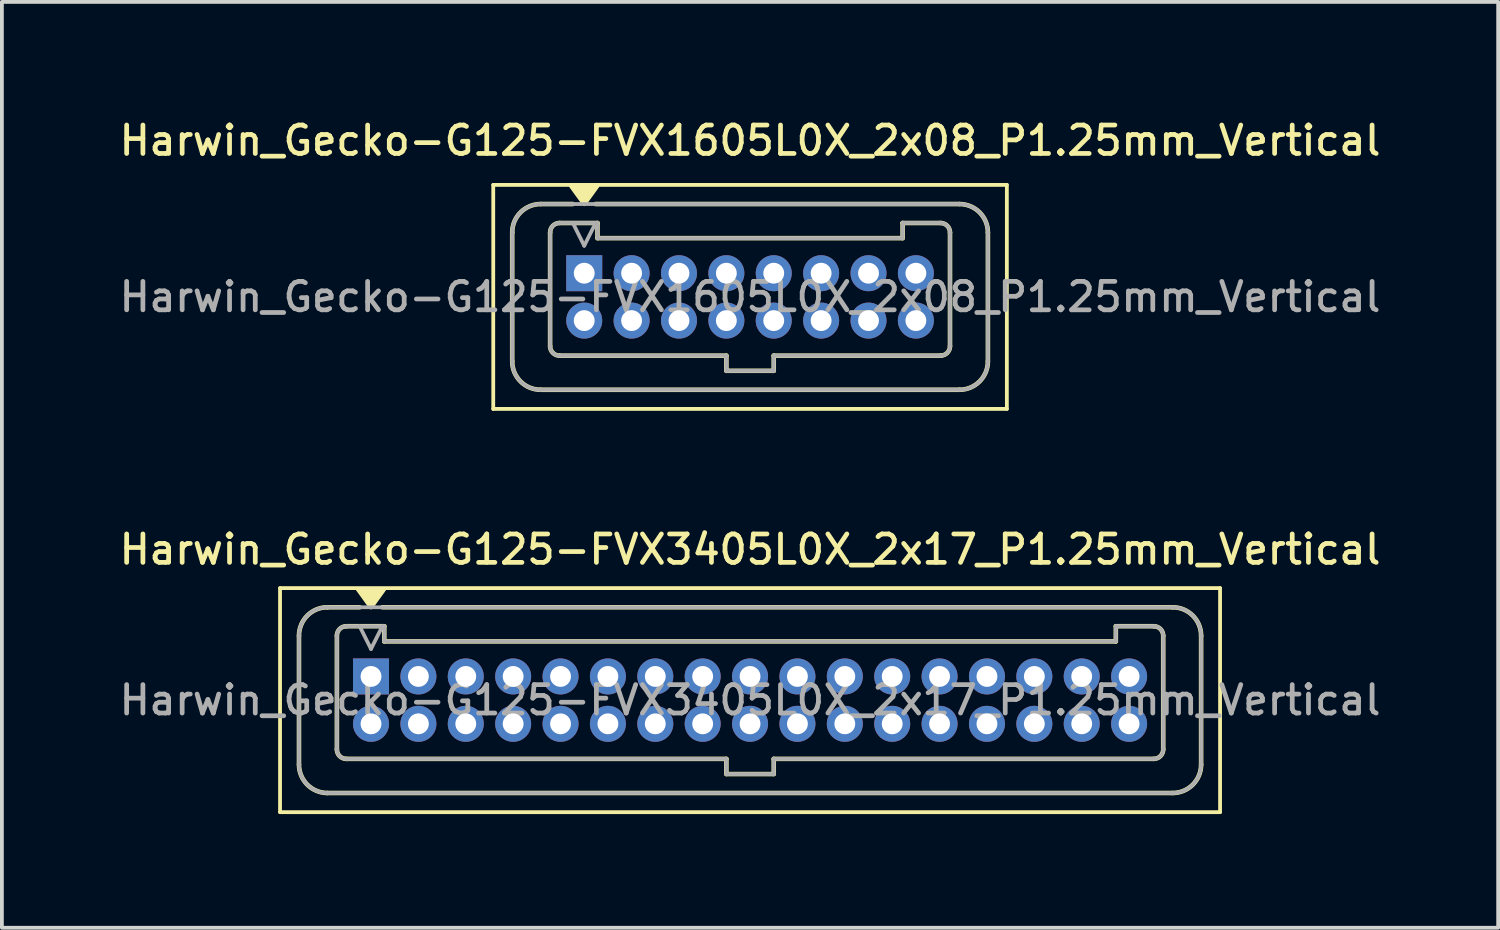
<source format=kicad_pcb>
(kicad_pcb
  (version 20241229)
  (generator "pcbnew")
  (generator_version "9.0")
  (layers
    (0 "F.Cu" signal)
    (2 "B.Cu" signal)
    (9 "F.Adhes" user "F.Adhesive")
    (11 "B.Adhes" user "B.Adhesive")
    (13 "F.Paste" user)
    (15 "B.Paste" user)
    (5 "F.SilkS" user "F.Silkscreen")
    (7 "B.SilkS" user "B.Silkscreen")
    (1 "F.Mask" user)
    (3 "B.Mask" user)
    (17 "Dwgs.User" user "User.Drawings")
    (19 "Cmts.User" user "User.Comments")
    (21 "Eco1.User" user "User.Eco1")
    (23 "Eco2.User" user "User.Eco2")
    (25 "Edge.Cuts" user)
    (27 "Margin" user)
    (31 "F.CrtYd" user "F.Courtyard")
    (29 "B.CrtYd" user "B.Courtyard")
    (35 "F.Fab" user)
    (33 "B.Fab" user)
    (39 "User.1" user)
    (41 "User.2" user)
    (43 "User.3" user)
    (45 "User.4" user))
  (footprint "Harwin_Gecko-G125-FVX1605L0X_2x08_P1.25mm_Vertical"
    (layer "F.Cu")
    (at 12.363 4.158)
    (property "Reference" "Harwin_Gecko-G125-FVX1605L0X_2x08_P1.25mm_Vertical" (at 4.375 -3.5 0) (layer "F.SilkS") (effects (font (size 0.75 0.75) (thickness 0.125))))
    (attr through_hole)
    (fp_line (start -2.4 -2.33) (end -2.4 3.58) (stroke (width 0.1) (type solid)) (layer "F.SilkS"))
    (fp_line (start -2.4 3.58) (end 11.15 3.58) (stroke (width 0.1) (type solid)) (layer "F.SilkS"))
    (fp_line (start -1.9 -1.075) (end -1.9 2.325) (stroke (width 0.12) (type solid)) (layer "F.SilkS"))
    (fp_line (start -1.15 -1.825) (end -0.3 -1.825) (stroke (width 0.12) (type solid)) (layer "F.SilkS"))
    (fp_line (start -1.15 3.075) (end 9.9 3.075) (stroke (width 0.12) (type solid)) (layer "F.SilkS"))
    (fp_line (start -0.9 -1.075) (end -0.9 1.925) (stroke (width 0.12) (type solid)) (layer "F.SilkS"))
    (fp_line (start -0.65 -1.325) (end 0.35 -1.325) (stroke (width 0.12) (type solid)) (layer "F.SilkS"))
    (fp_line (start -0.65 2.175) (end 3.75 2.175) (stroke (width 0.12) (type solid)) (layer "F.SilkS"))
    (fp_line (start 0.3 -1.825) (end 9.9 -1.825) (stroke (width 0.12) (type solid)) (layer "F.SilkS"))
    (fp_line (start 0.35 -1.325) (end 0.35 -0.925) (stroke (width 0.12) (type solid)) (layer "F.SilkS"))
    (fp_line (start 0.35 -0.925) (end 8.4 -0.925) (stroke (width 0.12) (type solid)) (layer "F.SilkS"))
    (fp_line (start 3.75 2.175) (end 3.75 2.575) (stroke (width 0.12) (type solid)) (layer "F.SilkS"))
    (fp_line (start 3.75 2.575) (end 5 2.575) (stroke (width 0.12) (type solid)) (layer "F.SilkS"))
    (fp_line (start 5 2.175) (end 9.4 2.175) (stroke (width 0.12) (type solid)) (layer "F.SilkS"))
    (fp_line (start 5 2.575) (end 5 2.175) (stroke (width 0.12) (type solid)) (layer "F.SilkS"))
    (fp_line (start 8.4 -1.325) (end 9.4 -1.325) (stroke (width 0.12) (type solid)) (layer "F.SilkS"))
    (fp_line (start 8.4 -0.925) (end 8.4 -1.325) (stroke (width 0.12) (type solid)) (layer "F.SilkS"))
    (fp_line (start 9.65 -1.075) (end 9.65 1.925) (stroke (width 0.12) (type solid)) (layer "F.SilkS"))
    (fp_line (start 10.65 -1.075) (end 10.65 2.325) (stroke (width 0.12) (type solid)) (layer "F.SilkS"))
    (fp_line (start 11.15 -2.33) (end -2.4 -2.33) (stroke (width 0.1) (type solid)) (layer "F.SilkS"))
    (fp_line (start 11.15 3.58) (end 11.15 -2.33) (stroke (width 0.1) (type solid)) (layer "F.SilkS"))
    (fp_arc (start -1.9 -1.075) (mid -1.68033 -1.60533) (end -1.15 -1.825) (stroke (width 0.12) (type solid)) (layer "F.SilkS"))
    (fp_arc (start -1.15 3.075) (mid -1.68033 2.85533) (end -1.9 2.325) (stroke (width 0.12) (type solid)) (layer "F.SilkS"))
    (fp_arc (start -0.9 -1.075) (mid -0.826777 -1.251777) (end -0.65 -1.325) (stroke (width 0.12) (type solid)) (layer "F.SilkS"))
    (fp_arc (start -0.65 2.175) (mid -0.826777 2.101777) (end -0.9 1.925) (stroke (width 0.12) (type solid)) (layer "F.SilkS"))
    (fp_arc (start 9.4 -1.325) (mid 9.576777 -1.251777) (end 9.65 -1.075) (stroke (width 0.12) (type solid)) (layer "F.SilkS"))
    (fp_arc (start 9.65 1.925) (mid 9.576777 2.101777) (end 9.4 2.175) (stroke (width 0.12) (type solid)) (layer "F.SilkS"))
    (fp_arc (start 9.9 -1.825) (mid 10.43033 -1.60533) (end 10.65 -1.075) (stroke (width 0.12) (type solid)) (layer "F.SilkS"))
    (fp_arc (start 10.65 2.325) (mid 10.43033 2.85533) (end 9.9 3.075) (stroke (width 0.12) (type solid)) (layer "F.SilkS"))
    (fp_poly (pts (xy 0 -1.83) (xy -0.34 -2.3) (xy 0.34 -2.3) (xy 0 -1.83)) (stroke (width 0.12) (type solid)) (fill yes) (layer "F.SilkS"))
    (fp_line (start -1.9 -1.075) (end -1.9 2.325) (stroke (width 0.1) (type solid)) (layer "F.Fab"))
    (fp_line (start -1.15 -1.825) (end 9.9 -1.825) (stroke (width 0.1) (type solid)) (layer "F.Fab"))
    (fp_line (start -1.15 3.075) (end 9.9 3.075) (stroke (width 0.1) (type solid)) (layer "F.Fab"))
    (fp_line (start -0.9 -1.075) (end -0.9 1.925) (stroke (width 0.1) (type solid)) (layer "F.Fab"))
    (fp_line (start -0.65 -1.325) (end 0.35 -1.325) (stroke (width 0.1) (type solid)) (layer "F.Fab"))
    (fp_line (start -0.65 2.175) (end 3.75 2.175) (stroke (width 0.1) (type solid)) (layer "F.Fab"))
    (fp_line (start 0 -0.725) (end -0.3 -1.325) (stroke (width 0.1) (type solid)) (layer "F.Fab"))
    (fp_line (start 0.3 -1.325) (end 0 -0.725) (stroke (width 0.1) (type solid)) (layer "F.Fab"))
    (fp_line (start 0.35 -1.325) (end 0.35 -0.925) (stroke (width 0.1) (type solid)) (layer "F.Fab"))
    (fp_line (start 0.35 -0.925) (end 8.4 -0.925) (stroke (width 0.1) (type solid)) (layer "F.Fab"))
    (fp_line (start 3.75 2.175) (end 3.75 2.575) (stroke (width 0.1) (type solid)) (layer "F.Fab"))
    (fp_line (start 3.75 2.575) (end 5 2.575) (stroke (width 0.1) (type solid)) (layer "F.Fab"))
    (fp_line (start 5 2.175) (end 9.4 2.175) (stroke (width 0.1) (type solid)) (layer "F.Fab"))
    (fp_line (start 5 2.575) (end 5 2.175) (stroke (width 0.1) (type solid)) (layer "F.Fab"))
    (fp_line (start 8.4 -1.325) (end 9.4 -1.325) (stroke (width 0.1) (type solid)) (layer "F.Fab"))
    (fp_line (start 8.4 -0.925) (end 8.4 -1.325) (stroke (width 0.1) (type solid)) (layer "F.Fab"))
    (fp_line (start 9.65 -1.075) (end 9.65 1.925) (stroke (width 0.1) (type solid)) (layer "F.Fab"))
    (fp_line (start 10.65 -1.075) (end 10.65 2.325) (stroke (width 0.1) (type solid)) (layer "F.Fab"))
    (fp_arc (start -1.9 -1.075) (mid -1.68033 -1.60533) (end -1.15 -1.825) (stroke (width 0.1) (type solid)) (layer "F.Fab"))
    (fp_arc (start -1.15 3.075) (mid -1.68033 2.85533) (end -1.9 2.325) (stroke (width 0.1) (type solid)) (layer "F.Fab"))
    (fp_arc (start -0.9 -1.075) (mid -0.826777 -1.251777) (end -0.65 -1.325) (stroke (width 0.1) (type solid)) (layer "F.Fab"))
    (fp_arc (start -0.65 2.175) (mid -0.826777 2.101777) (end -0.9 1.925) (stroke (width 0.1) (type solid)) (layer "F.Fab"))
    (fp_arc (start 9.4 -1.325) (mid 9.576777 -1.251777) (end 9.65 -1.075) (stroke (width 0.1) (type solid)) (layer "F.Fab"))
    (fp_arc (start 9.65 1.925) (mid 9.576777 2.101777) (end 9.4 2.175) (stroke (width 0.1) (type solid)) (layer "F.Fab"))
    (fp_arc (start 9.9 -1.825) (mid 10.43033 -1.60533) (end 10.65 -1.075) (stroke (width 0.1) (type solid)) (layer "F.Fab"))
    (fp_arc (start 10.65 2.325) (mid 10.43033 2.85533) (end 9.9 3.075) (stroke (width 0.1) (type solid)) (layer "F.Fab"))
    (fp_text user "${REFERENCE}" (at 4.375 0.625 0) (layer "F.Fab") (effects (font (size 0.75 0.75) (thickness 0.125))))
    (pad "1" thru_hole rect (at 0 0) (size 0.95 0.95) (drill 0.55) (layers "*.Cu" "*.Mask"))
    (pad "2" thru_hole circle (at 1.25 0) (size 0.95 0.95) (drill 0.55) (layers "*.Cu" "*.Mask"))
    (pad "3" thru_hole circle (at 2.5 0) (size 0.95 0.95) (drill 0.55) (layers "*.Cu" "*.Mask"))
    (pad "4" thru_hole circle (at 3.75 0) (size 0.95 0.95) (drill 0.55) (layers "*.Cu" "*.Mask"))
    (pad "5" thru_hole circle (at 5 0) (size 0.95 0.95) (drill 0.55) (layers "*.Cu" "*.Mask"))
    (pad "6" thru_hole circle (at 6.25 0) (size 0.95 0.95) (drill 0.55) (layers "*.Cu" "*.Mask"))
    (pad "7" thru_hole circle (at 7.5 0) (size 0.95 0.95) (drill 0.55) (layers "*.Cu" "*.Mask"))
    (pad "8" thru_hole circle (at 8.75 0) (size 0.95 0.95) (drill 0.55) (layers "*.Cu" "*.Mask"))
    (pad "9" thru_hole circle (at 0 1.25) (size 0.95 0.95) (drill 0.55) (layers "*.Cu" "*.Mask"))
    (pad "10" thru_hole circle (at 1.25 1.25) (size 0.95 0.95) (drill 0.55) (layers "*.Cu" "*.Mask"))
    (pad "11" thru_hole circle (at 2.5 1.25) (size 0.95 0.95) (drill 0.55) (layers "*.Cu" "*.Mask"))
    (pad "12" thru_hole circle (at 3.75 1.25) (size 0.95 0.95) (drill 0.55) (layers "*.Cu" "*.Mask"))
    (pad "13" thru_hole circle (at 5 1.25) (size 0.95 0.95) (drill 0.55) (layers "*.Cu" "*.Mask"))
    (pad "14" thru_hole circle (at 6.25 1.25) (size 0.95 0.95) (drill 0.55) (layers "*.Cu" "*.Mask"))
    (pad "15" thru_hole circle (at 7.5 1.25) (size 0.95 0.95) (drill 0.55) (layers "*.Cu" "*.Mask"))
    (pad "16" thru_hole circle (at 8.75 1.25) (size 0.95 0.95) (drill 0.55) (layers "*.Cu" "*.Mask")))
  (footprint "Harwin_Gecko-G125-FVX3405L0X_2x17_P1.25mm_Vertical"
    (layer "F.Cu")
    (at 6.738 14.796)
    (property "Reference" "Harwin_Gecko-G125-FVX3405L0X_2x17_P1.25mm_Vertical" (at 10 -3.35 0) (layer "F.SilkS") (effects (font (size 0.75 0.75) (thickness 0.125))))
    (attr through_hole)
    (fp_line (start -2.4 -2.33) (end -2.4 3.58) (stroke (width 0.1) (type solid)) (layer "F.SilkS"))
    (fp_line (start -2.4 3.58) (end 22.4 3.58) (stroke (width 0.1) (type solid)) (layer "F.SilkS"))
    (fp_line (start -1.9 -1.075) (end -1.9 2.325) (stroke (width 0.12) (type solid)) (layer "F.SilkS"))
    (fp_line (start -1.15 -1.825) (end -0.3 -1.825) (stroke (width 0.12) (type solid)) (layer "F.SilkS"))
    (fp_line (start -1.15 3.075) (end 21.15 3.075) (stroke (width 0.12) (type solid)) (layer "F.SilkS"))
    (fp_line (start -0.9 -1.075) (end -0.9 1.925) (stroke (width 0.12) (type solid)) (layer "F.SilkS"))
    (fp_line (start -0.65 -1.325) (end 0.35 -1.325) (stroke (width 0.12) (type solid)) (layer "F.SilkS"))
    (fp_line (start -0.65 2.175) (end 9.375 2.175) (stroke (width 0.12) (type solid)) (layer "F.SilkS"))
    (fp_line (start 0.3 -1.825) (end 21.15 -1.825) (stroke (width 0.12) (type solid)) (layer "F.SilkS"))
    (fp_line (start 0.35 -1.325) (end 0.35 -0.925) (stroke (width 0.12) (type solid)) (layer "F.SilkS"))
    (fp_line (start 0.35 -0.925) (end 19.65 -0.925) (stroke (width 0.12) (type solid)) (layer "F.SilkS"))
    (fp_line (start 9.375 2.175) (end 9.375 2.575) (stroke (width 0.12) (type solid)) (layer "F.SilkS"))
    (fp_line (start 9.375 2.575) (end 10.625 2.575) (stroke (width 0.12) (type solid)) (layer "F.SilkS"))
    (fp_line (start 10.625 2.175) (end 20.65 2.175) (stroke (width 0.12) (type solid)) (layer "F.SilkS"))
    (fp_line (start 10.625 2.575) (end 10.625 2.175) (stroke (width 0.12) (type solid)) (layer "F.SilkS"))
    (fp_line (start 19.65 -1.325) (end 20.65 -1.325) (stroke (width 0.12) (type solid)) (layer "F.SilkS"))
    (fp_line (start 19.65 -0.925) (end 19.65 -1.325) (stroke (width 0.12) (type solid)) (layer "F.SilkS"))
    (fp_line (start 20.9 -1.075) (end 20.9 1.925) (stroke (width 0.12) (type solid)) (layer "F.SilkS"))
    (fp_line (start 21.9 -1.075) (end 21.9 2.325) (stroke (width 0.12) (type solid)) (layer "F.SilkS"))
    (fp_line (start 22.4 -2.33) (end -2.4 -2.33) (stroke (width 0.1) (type solid)) (layer "F.SilkS"))
    (fp_line (start 22.4 3.58) (end 22.4 -2.33) (stroke (width 0.1) (type solid)) (layer "F.SilkS"))
    (fp_arc (start -1.9 -1.075) (mid -1.68033 -1.60533) (end -1.15 -1.825) (stroke (width 0.12) (type solid)) (layer "F.SilkS"))
    (fp_arc (start -1.15 3.075) (mid -1.68033 2.85533) (end -1.9 2.325) (stroke (width 0.12) (type solid)) (layer "F.SilkS"))
    (fp_arc (start -0.9 -1.075) (mid -0.826777 -1.251777) (end -0.65 -1.325) (stroke (width 0.12) (type solid)) (layer "F.SilkS"))
    (fp_arc (start -0.65 2.175) (mid -0.826777 2.101777) (end -0.9 1.925) (stroke (width 0.12) (type solid)) (layer "F.SilkS"))
    (fp_arc (start 20.65 -1.325) (mid 20.826777 -1.251777) (end 20.9 -1.075) (stroke (width 0.12) (type solid)) (layer "F.SilkS"))
    (fp_arc (start 20.9 1.925) (mid 20.826777 2.101777) (end 20.65 2.175) (stroke (width 0.12) (type solid)) (layer "F.SilkS"))
    (fp_arc (start 21.15 -1.825) (mid 21.68033 -1.60533) (end 21.9 -1.075) (stroke (width 0.12) (type solid)) (layer "F.SilkS"))
    (fp_arc (start 21.9 2.325) (mid 21.68033 2.85533) (end 21.15 3.075) (stroke (width 0.12) (type solid)) (layer "F.SilkS"))
    (fp_poly (pts (xy 0 -1.83) (xy -0.34 -2.3) (xy 0.34 -2.3) (xy 0 -1.83)) (stroke (width 0.12) (type solid)) (fill yes) (layer "F.SilkS"))
    (fp_line (start -1.9 -1.075) (end -1.9 2.325) (stroke (width 0.1) (type solid)) (layer "F.Fab"))
    (fp_line (start -1.15 -1.825) (end 21.15 -1.825) (stroke (width 0.1) (type solid)) (layer "F.Fab"))
    (fp_line (start -1.15 3.075) (end 21.15 3.075) (stroke (width 0.1) (type solid)) (layer "F.Fab"))
    (fp_line (start -0.9 -1.075) (end -0.9 1.925) (stroke (width 0.1) (type solid)) (layer "F.Fab"))
    (fp_line (start -0.65 -1.325) (end 0.35 -1.325) (stroke (width 0.1) (type solid)) (layer "F.Fab"))
    (fp_line (start -0.65 2.175) (end 9.375 2.175) (stroke (width 0.1) (type solid)) (layer "F.Fab"))
    (fp_line (start 0 -0.725) (end -0.3 -1.325) (stroke (width 0.1) (type solid)) (layer "F.Fab"))
    (fp_line (start 0.3 -1.325) (end 0 -0.725) (stroke (width 0.1) (type solid)) (layer "F.Fab"))
    (fp_line (start 0.35 -1.325) (end 0.35 -0.925) (stroke (width 0.1) (type solid)) (layer "F.Fab"))
    (fp_line (start 0.35 -0.925) (end 19.65 -0.925) (stroke (width 0.1) (type solid)) (layer "F.Fab"))
    (fp_line (start 9.375 2.175) (end 9.375 2.575) (stroke (width 0.1) (type solid)) (layer "F.Fab"))
    (fp_line (start 9.375 2.575) (end 10.625 2.575) (stroke (width 0.1) (type solid)) (layer "F.Fab"))
    (fp_line (start 10.625 2.175) (end 20.65 2.175) (stroke (width 0.1) (type solid)) (layer "F.Fab"))
    (fp_line (start 10.625 2.575) (end 10.625 2.175) (stroke (width 0.1) (type solid)) (layer "F.Fab"))
    (fp_line (start 19.65 -1.325) (end 20.65 -1.325) (stroke (width 0.1) (type solid)) (layer "F.Fab"))
    (fp_line (start 19.65 -0.925) (end 19.65 -1.325) (stroke (width 0.1) (type solid)) (layer "F.Fab"))
    (fp_line (start 20.9 -1.075) (end 20.9 1.925) (stroke (width 0.1) (type solid)) (layer "F.Fab"))
    (fp_line (start 21.9 -1.075) (end 21.9 2.325) (stroke (width 0.1) (type solid)) (layer "F.Fab"))
    (fp_arc (start -1.9 -1.075) (mid -1.68033 -1.60533) (end -1.15 -1.825) (stroke (width 0.1) (type solid)) (layer "F.Fab"))
    (fp_arc (start -1.15 3.075) (mid -1.68033 2.85533) (end -1.9 2.325) (stroke (width 0.1) (type solid)) (layer "F.Fab"))
    (fp_arc (start -0.9 -1.075) (mid -0.826777 -1.251777) (end -0.65 -1.325) (stroke (width 0.1) (type solid)) (layer "F.Fab"))
    (fp_arc (start -0.65 2.175) (mid -0.826777 2.101777) (end -0.9 1.925) (stroke (width 0.1) (type solid)) (layer "F.Fab"))
    (fp_arc (start 20.65 -1.325) (mid 20.826777 -1.251777) (end 20.9 -1.075) (stroke (width 0.1) (type solid)) (layer "F.Fab"))
    (fp_arc (start 20.9 1.925) (mid 20.826777 2.101777) (end 20.65 2.175) (stroke (width 0.1) (type solid)) (layer "F.Fab"))
    (fp_arc (start 21.15 -1.825) (mid 21.68033 -1.60533) (end 21.9 -1.075) (stroke (width 0.1) (type solid)) (layer "F.Fab"))
    (fp_arc (start 21.9 2.325) (mid 21.68033 2.85533) (end 21.15 3.075) (stroke (width 0.1) (type solid)) (layer "F.Fab"))
    (fp_text user "${REFERENCE}" (at 10 0.625 0) (layer "F.Fab") (effects (font (size 0.75 0.75) (thickness 0.125))))
    (pad "1" thru_hole rect (at 0 0) (size 0.95 0.95) (drill 0.55) (layers "*.Cu" "*.Mask"))
    (pad "2" thru_hole circle (at 1.25 0) (size 0.95 0.95) (drill 0.55) (layers "*.Cu" "*.Mask"))
    (pad "3" thru_hole circle (at 2.5 0) (size 0.95 0.95) (drill 0.55) (layers "*.Cu" "*.Mask"))
    (pad "4" thru_hole circle (at 3.75 0) (size 0.95 0.95) (drill 0.55) (layers "*.Cu" "*.Mask"))
    (pad "5" thru_hole circle (at 5 0) (size 0.95 0.95) (drill 0.55) (layers "*.Cu" "*.Mask"))
    (pad "6" thru_hole circle (at 6.25 0) (size 0.95 0.95) (drill 0.55) (layers "*.Cu" "*.Mask"))
    (pad "7" thru_hole circle (at 7.5 0) (size 0.95 0.95) (drill 0.55) (layers "*.Cu" "*.Mask"))
    (pad "8" thru_hole circle (at 8.75 0) (size 0.95 0.95) (drill 0.55) (layers "*.Cu" "*.Mask"))
    (pad "9" thru_hole circle (at 10 0) (size 0.95 0.95) (drill 0.55) (layers "*.Cu" "*.Mask"))
    (pad "10" thru_hole circle (at 11.25 0) (size 0.95 0.95) (drill 0.55) (layers "*.Cu" "*.Mask"))
    (pad "11" thru_hole circle (at 12.5 0) (size 0.95 0.95) (drill 0.55) (layers "*.Cu" "*.Mask"))
    (pad "12" thru_hole circle (at 13.75 0) (size 0.95 0.95) (drill 0.55) (layers "*.Cu" "*.Mask"))
    (pad "13" thru_hole circle (at 15 0) (size 0.95 0.95) (drill 0.55) (layers "*.Cu" "*.Mask"))
    (pad "14" thru_hole circle (at 16.25 0) (size 0.95 0.95) (drill 0.55) (layers "*.Cu" "*.Mask"))
    (pad "15" thru_hole circle (at 17.5 0) (size 0.95 0.95) (drill 0.55) (layers "*.Cu" "*.Mask"))
    (pad "16" thru_hole circle (at 18.75 0) (size 0.95 0.95) (drill 0.55) (layers "*.Cu" "*.Mask"))
    (pad "17" thru_hole circle (at 20 0) (size 0.95 0.95) (drill 0.55) (layers "*.Cu" "*.Mask"))
    (pad "18" thru_hole circle (at 0 1.25) (size 0.95 0.95) (drill 0.55) (layers "*.Cu" "*.Mask"))
    (pad "19" thru_hole circle (at 1.25 1.25) (size 0.95 0.95) (drill 0.55) (layers "*.Cu" "*.Mask"))
    (pad "20" thru_hole circle (at 2.5 1.25) (size 0.95 0.95) (drill 0.55) (layers "*.Cu" "*.Mask"))
    (pad "21" thru_hole circle (at 3.75 1.25) (size 0.95 0.95) (drill 0.55) (layers "*.Cu" "*.Mask"))
    (pad "22" thru_hole circle (at 5 1.25) (size 0.95 0.95) (drill 0.55) (layers "*.Cu" "*.Mask"))
    (pad "23" thru_hole circle (at 6.25 1.25) (size 0.95 0.95) (drill 0.55) (layers "*.Cu" "*.Mask"))
    (pad "24" thru_hole circle (at 7.5 1.25) (size 0.95 0.95) (drill 0.55) (layers "*.Cu" "*.Mask"))
    (pad "25" thru_hole circle (at 8.75 1.25) (size 0.95 0.95) (drill 0.55) (layers "*.Cu" "*.Mask"))
    (pad "26" thru_hole circle (at 10 1.25) (size 0.95 0.95) (drill 0.55) (layers "*.Cu" "*.Mask"))
    (pad "27" thru_hole circle (at 11.25 1.25) (size 0.95 0.95) (drill 0.55) (layers "*.Cu" "*.Mask"))
    (pad "28" thru_hole circle (at 12.5 1.25) (size 0.95 0.95) (drill 0.55) (layers "*.Cu" "*.Mask"))
    (pad "29" thru_hole circle (at 13.75 1.25) (size 0.95 0.95) (drill 0.55) (layers "*.Cu" "*.Mask"))
    (pad "30" thru_hole circle (at 15 1.25) (size 0.95 0.95) (drill 0.55) (layers "*.Cu" "*.Mask"))
    (pad "31" thru_hole circle (at 16.25 1.25) (size 0.95 0.95) (drill 0.55) (layers "*.Cu" "*.Mask"))
    (pad "32" thru_hole circle (at 17.5 1.25) (size 0.95 0.95) (drill 0.55) (layers "*.Cu" "*.Mask"))
    (pad "33" thru_hole circle (at 18.75 1.25) (size 0.95 0.95) (drill 0.55) (layers "*.Cu" "*.Mask"))
    (pad "34" thru_hole circle (at 20 1.25) (size 0.95 0.95) (drill 0.55) (layers "*.Cu" "*.Mask")))
  (gr_rect
    (start -3 -3)
    (end 36.475 21.426)
    (stroke (width 0.1) (type default))
    (fill no)
    (layer "Edge.Cuts")))
</source>
